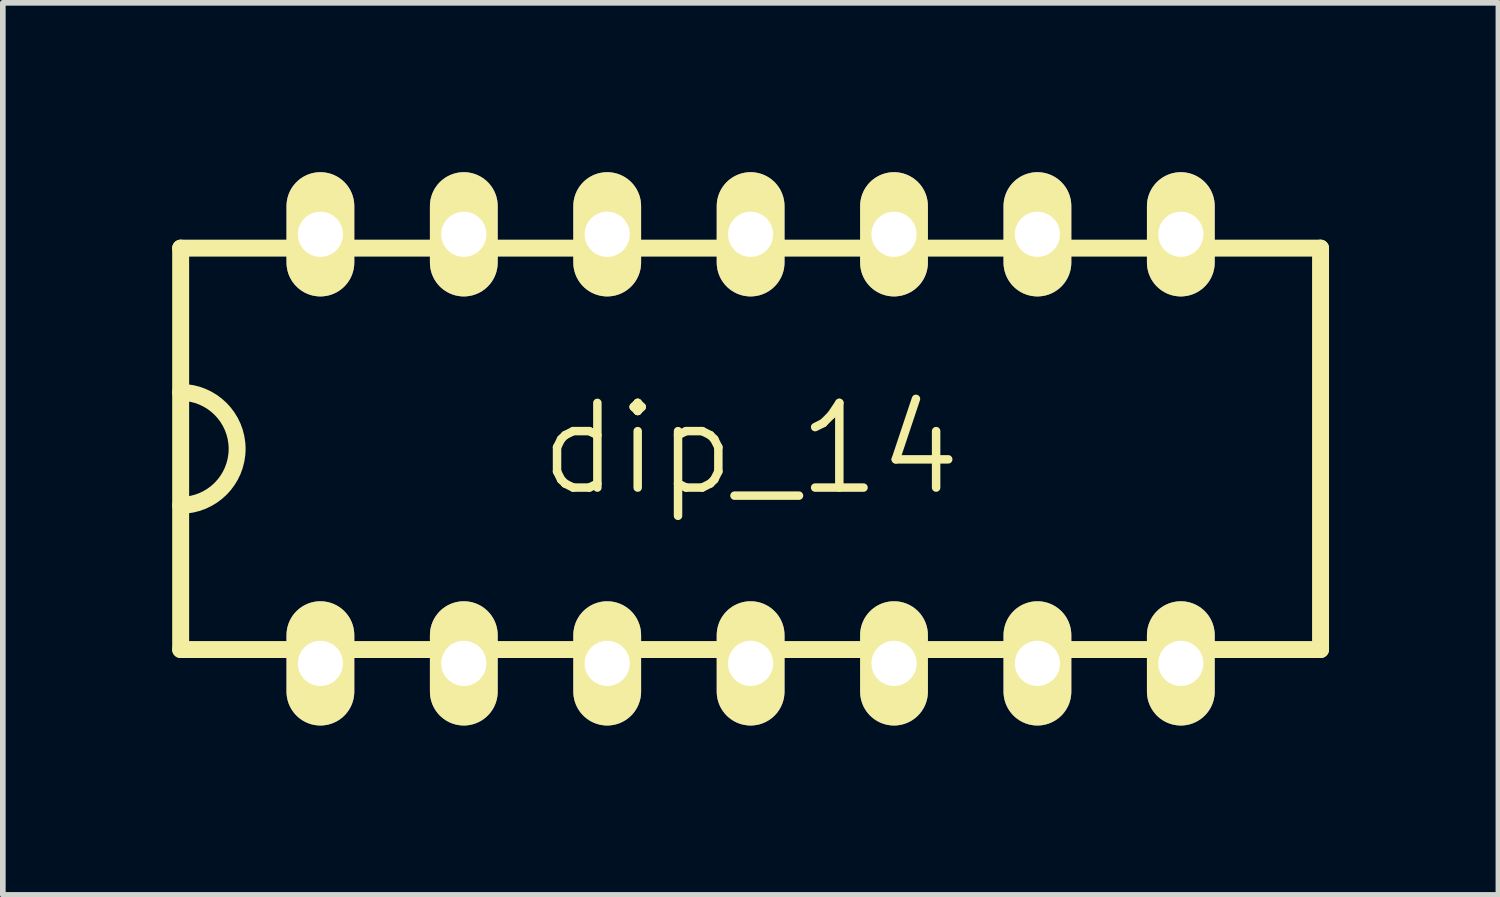
<source format=kicad_pcb>
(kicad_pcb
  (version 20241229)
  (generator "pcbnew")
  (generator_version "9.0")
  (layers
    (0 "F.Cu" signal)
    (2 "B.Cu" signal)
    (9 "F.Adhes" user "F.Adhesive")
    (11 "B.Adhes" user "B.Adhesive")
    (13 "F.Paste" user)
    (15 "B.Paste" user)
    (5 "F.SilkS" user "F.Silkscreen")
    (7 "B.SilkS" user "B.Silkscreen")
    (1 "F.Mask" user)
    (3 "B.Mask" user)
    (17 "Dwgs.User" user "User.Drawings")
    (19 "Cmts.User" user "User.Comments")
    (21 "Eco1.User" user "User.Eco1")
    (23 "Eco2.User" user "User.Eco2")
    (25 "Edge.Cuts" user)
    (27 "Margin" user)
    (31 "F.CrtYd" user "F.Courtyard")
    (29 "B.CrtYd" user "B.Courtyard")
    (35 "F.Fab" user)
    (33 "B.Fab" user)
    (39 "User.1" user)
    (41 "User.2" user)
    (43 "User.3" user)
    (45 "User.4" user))
  (footprint "dip_14"
    (layer "F.Cu")
    (at 10.245 4.9)
    (property "Reference" "dip_14" (at 0 0 0) (layer "F.SilkS") (effects (font (size 1.5 1.5) (thickness 0.15))))
    (attr through_hole)
    (fp_line (start -10.095 -3.555) (end 10.095 -3.555) (stroke (width 0.3) (type solid)) (layer "F.SilkS"))
    (fp_line (start -10.095 3.555) (end -10.095 -3.555) (stroke (width 0.3) (type solid)) (layer "F.SilkS"))
    (fp_line (start 10.095 -3.555) (end 10.095 3.555) (stroke (width 0.3) (type solid)) (layer "F.SilkS"))
    (fp_line (start 10.095 3.555) (end -10.095 3.555) (stroke (width 0.3) (type solid)) (layer "F.SilkS"))
    (fp_arc (start -10.095 -1) (mid -9.095 0) (end -10.095 1) (stroke (width 0.3) (type solid)) (layer "F.SilkS"))
    (pad "1" thru_hole oval (at -7.62 3.8) (size 1.2 2.2) (drill 0.8) (layers "*.Cu" "*.Mask" "F.SilkS"))
    (pad "2" thru_hole oval (at -5.08 3.8) (size 1.2 2.2) (drill 0.8) (layers "*.Cu" "*.Mask" "F.SilkS"))
    (pad "3" thru_hole oval (at -2.54 3.8) (size 1.2 2.2) (drill 0.8) (layers "*.Cu" "*.Mask" "F.SilkS"))
    (pad "4" thru_hole oval (at 0 3.8) (size 1.2 2.2) (drill 0.8) (layers "*.Cu" "*.Mask" "F.SilkS"))
    (pad "5" thru_hole oval (at 2.54 3.8) (size 1.2 2.2) (drill 0.8) (layers "*.Cu" "*.Mask" "F.SilkS"))
    (pad "6" thru_hole oval (at 5.08 3.8) (size 1.2 2.2) (drill 0.8) (layers "*.Cu" "*.Mask" "F.SilkS"))
    (pad "7" thru_hole oval (at 7.62 3.8) (size 1.2 2.2) (drill 0.8) (layers "*.Cu" "*.Mask" "F.SilkS"))
    (pad "8" thru_hole oval (at 7.62 -3.8) (size 1.2 2.2) (drill 0.8) (layers "*.Cu" "*.Mask" "F.SilkS"))
    (pad "9" thru_hole oval (at 5.08 -3.8) (size 1.2 2.2) (drill 0.8) (layers "*.Cu" "*.Mask" "F.SilkS"))
    (pad "10" thru_hole oval (at 2.54 -3.8) (size 1.2 2.2) (drill 0.8) (layers "*.Cu" "*.Mask" "F.SilkS"))
    (pad "11" thru_hole oval (at 0 -3.8) (size 1.2 2.2) (drill 0.8) (layers "*.Cu" "*.Mask" "F.SilkS"))
    (pad "12" thru_hole oval (at -2.54 -3.8) (size 1.2 2.2) (drill 0.8) (layers "*.Cu" "*.Mask" "F.SilkS"))
    (pad "13" thru_hole oval (at -5.08 -3.8) (size 1.2 2.2) (drill 0.8) (layers "*.Cu" "*.Mask" "F.SilkS"))
    (pad "14" thru_hole oval (at -7.62 -3.8) (size 1.2 2.2) (drill 0.8) (layers "*.Cu" "*.Mask" "F.SilkS")))
  (gr_rect
    (start -3 -3)
    (end 23.49 12.8)
    (stroke (width 0.1) (type default))
    (fill no)
    (layer "Edge.Cuts")))
</source>
